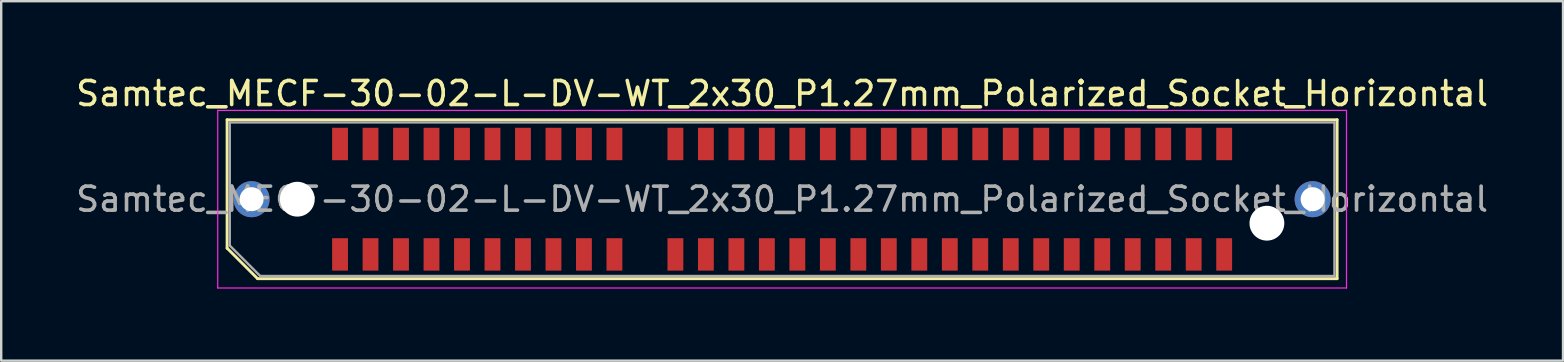
<source format=kicad_pcb>
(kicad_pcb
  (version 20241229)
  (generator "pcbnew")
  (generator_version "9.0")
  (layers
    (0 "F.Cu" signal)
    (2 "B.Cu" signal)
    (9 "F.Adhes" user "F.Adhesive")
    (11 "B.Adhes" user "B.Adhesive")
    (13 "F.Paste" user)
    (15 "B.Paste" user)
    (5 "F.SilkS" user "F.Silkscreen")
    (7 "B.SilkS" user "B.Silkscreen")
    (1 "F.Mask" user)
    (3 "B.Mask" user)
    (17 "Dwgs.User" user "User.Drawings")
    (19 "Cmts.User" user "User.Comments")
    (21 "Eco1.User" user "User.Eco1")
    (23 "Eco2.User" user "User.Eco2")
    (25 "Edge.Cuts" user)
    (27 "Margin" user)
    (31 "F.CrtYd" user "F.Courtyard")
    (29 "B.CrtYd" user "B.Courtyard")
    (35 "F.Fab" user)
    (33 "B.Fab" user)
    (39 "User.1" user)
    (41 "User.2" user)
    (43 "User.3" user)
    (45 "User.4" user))
  (footprint "Samtec_MECF-30-02-L-DV-WT_2x30_P1.27mm_Polarized_Socket_Horizontal"
    (layer "F.Cu")
    (at 29.53 5.248)
    (property "Reference" "Samtec_MECF-30-02-L-DV-WT_2x30_P1.27mm_Polarized_Socket_Horizontal" (at 0 -4.4 0) (layer "F.SilkS") (effects (font (size 1 1) (thickness 0.15))))
    (attr smd)
    (fp_line (start -23.12 -3.31) (end 23.12 -3.31) (stroke (width 0.12) (type solid)) (layer "F.SilkS"))
    (fp_line (start -23.12 2.04) (end -23.12 -3.31) (stroke (width 0.12) (type solid)) (layer "F.SilkS"))
    (fp_line (start -21.85 3.31) (end -23.12 2.04) (stroke (width 0.12) (type solid)) (layer "F.SilkS"))
    (fp_line (start -21.85 3.31) (end 23.12 3.31) (stroke (width 0.12) (type solid)) (layer "F.SilkS"))
    (fp_line (start 23.12 3.31) (end 23.12 -3.31) (stroke (width 0.12) (type solid)) (layer "F.SilkS"))
    (fp_line (start -23.51 -3.7) (end -23.51 3.7) (stroke (width 0.05) (type solid)) (layer "F.CrtYd"))
    (fp_line (start -23.51 3.7) (end 23.51 3.7) (stroke (width 0.05) (type solid)) (layer "F.CrtYd"))
    (fp_line (start 23.51 -3.7) (end -23.51 -3.7) (stroke (width 0.05) (type solid)) (layer "F.CrtYd"))
    (fp_line (start 23.51 3.7) (end 23.51 -3.7) (stroke (width 0.05) (type solid)) (layer "F.CrtYd"))
    (fp_line (start -23.01 -3.2) (end 23.01 -3.2) (stroke (width 0.1) (type solid)) (layer "F.Fab"))
    (fp_line (start -23.01 1.93) (end -23.01 -3.2) (stroke (width 0.1) (type solid)) (layer "F.Fab"))
    (fp_line (start -23.01 1.93) (end -21.74 3.2) (stroke (width 0.1) (type solid)) (layer "F.Fab"))
    (fp_line (start -21.74 3.2) (end 23.01 3.2) (stroke (width 0.1) (type solid)) (layer "F.Fab"))
    (fp_line (start 23.01 3.2) (end 23.01 -3.2) (stroke (width 0.1) (type solid)) (layer "F.Fab"))
    (fp_text user "${REFERENCE}" (at 0 0 0) (layer "F.Fab") (effects (font (size 1 1) (thickness 0.15))))
    (pad "" thru_hole circle (at -22.1 0) (size 1.5 1.5) (drill 1) (layers "*.Cu" "*.Mask"))
    (pad "" np_thru_hole circle (at -20.195 0) (size 1.45 1.45) (drill 1.45) (layers "*.Cu" "*.Mask"))
    (pad "" np_thru_hole circle (at 20.195 1) (size 1.45 1.45) (drill 1.45) (layers "*.Cu" "*.Mask"))
    (pad "" thru_hole circle (at 22.1 0) (size 1.5 1.5) (drill 1) (layers "*.Cu" "*.Mask"))
    (pad "1" smd rect (at -18.415 2.3) (size 0.66 1.35) (layers "F.Cu" "F.Mask" "F.Paste"))
    (pad "2" smd rect (at -18.415 -2.3) (size 0.66 1.35) (layers "F.Cu" "F.Mask" "F.Paste"))
    (pad "3" smd rect (at -17.145 2.3) (size 0.66 1.35) (layers "F.Cu" "F.Mask" "F.Paste"))
    (pad "4" smd rect (at -17.145 -2.3) (size 0.66 1.35) (layers "F.Cu" "F.Mask" "F.Paste"))
    (pad "5" smd rect (at -15.875 2.3) (size 0.66 1.35) (layers "F.Cu" "F.Mask" "F.Paste"))
    (pad "6" smd rect (at -15.875 -2.3) (size 0.66 1.35) (layers "F.Cu" "F.Mask" "F.Paste"))
    (pad "7" smd rect (at -14.605 2.3) (size 0.66 1.35) (layers "F.Cu" "F.Mask" "F.Paste"))
    (pad "8" smd rect (at -14.605 -2.3) (size 0.66 1.35) (layers "F.Cu" "F.Mask" "F.Paste"))
    (pad "9" smd rect (at -13.335 2.3) (size 0.66 1.35) (layers "F.Cu" "F.Mask" "F.Paste"))
    (pad "10" smd rect (at -13.335 -2.3) (size 0.66 1.35) (layers "F.Cu" "F.Mask" "F.Paste"))
    (pad "11" smd rect (at -12.065 2.3) (size 0.66 1.35) (layers "F.Cu" "F.Mask" "F.Paste"))
    (pad "12" smd rect (at -12.065 -2.3) (size 0.66 1.35) (layers "F.Cu" "F.Mask" "F.Paste"))
    (pad "13" smd rect (at -10.795 2.3) (size 0.66 1.35) (layers "F.Cu" "F.Mask" "F.Paste"))
    (pad "14" smd rect (at -10.795 -2.3) (size 0.66 1.35) (layers "F.Cu" "F.Mask" "F.Paste"))
    (pad "15" smd rect (at -9.525 2.3) (size 0.66 1.35) (layers "F.Cu" "F.Mask" "F.Paste"))
    (pad "16" smd rect (at -9.525 -2.3) (size 0.66 1.35) (layers "F.Cu" "F.Mask" "F.Paste"))
    (pad "17" smd rect (at -8.255 2.3) (size 0.66 1.35) (layers "F.Cu" "F.Mask" "F.Paste"))
    (pad "18" smd rect (at -8.255 -2.3) (size 0.66 1.35) (layers "F.Cu" "F.Mask" "F.Paste"))
    (pad "19" smd rect (at -6.985 2.3) (size 0.66 1.35) (layers "F.Cu" "F.Mask" "F.Paste"))
    (pad "20" smd rect (at -6.985 -2.3) (size 0.66 1.35) (layers "F.Cu" "F.Mask" "F.Paste"))
    (pad "23" smd rect (at -4.445 2.3) (size 0.66 1.35) (layers "F.Cu" "F.Mask" "F.Paste"))
    (pad "24" smd rect (at -4.445 -2.3) (size 0.66 1.35) (layers "F.Cu" "F.Mask" "F.Paste"))
    (pad "25" smd rect (at -3.175 2.3) (size 0.66 1.35) (layers "F.Cu" "F.Mask" "F.Paste"))
    (pad "26" smd rect (at -3.175 -2.3) (size 0.66 1.35) (layers "F.Cu" "F.Mask" "F.Paste"))
    (pad "27" smd rect (at -1.905 2.3) (size 0.66 1.35) (layers "F.Cu" "F.Mask" "F.Paste"))
    (pad "28" smd rect (at -1.905 -2.3) (size 0.66 1.35) (layers "F.Cu" "F.Mask" "F.Paste"))
    (pad "29" smd rect (at -0.635 2.3) (size 0.66 1.35) (layers "F.Cu" "F.Mask" "F.Paste"))
    (pad "30" smd rect (at -0.635 -2.3) (size 0.66 1.35) (layers "F.Cu" "F.Mask" "F.Paste"))
    (pad "31" smd rect (at 0.635 2.3) (size 0.66 1.35) (layers "F.Cu" "F.Mask" "F.Paste"))
    (pad "32" smd rect (at 0.635 -2.3) (size 0.66 1.35) (layers "F.Cu" "F.Mask" "F.Paste"))
    (pad "33" smd rect (at 1.905 2.3) (size 0.66 1.35) (layers "F.Cu" "F.Mask" "F.Paste"))
    (pad "34" smd rect (at 1.905 -2.3) (size 0.66 1.35) (layers "F.Cu" "F.Mask" "F.Paste"))
    (pad "35" smd rect (at 3.175 2.3) (size 0.66 1.35) (layers "F.Cu" "F.Mask" "F.Paste"))
    (pad "36" smd rect (at 3.175 -2.3) (size 0.66 1.35) (layers "F.Cu" "F.Mask" "F.Paste"))
    (pad "37" smd rect (at 4.445 2.3) (size 0.66 1.35) (layers "F.Cu" "F.Mask" "F.Paste"))
    (pad "38" smd rect (at 4.445 -2.3) (size 0.66 1.35) (layers "F.Cu" "F.Mask" "F.Paste"))
    (pad "39" smd rect (at 5.715 2.3) (size 0.66 1.35) (layers "F.Cu" "F.Mask" "F.Paste"))
    (pad "40" smd rect (at 5.715 -2.3) (size 0.66 1.35) (layers "F.Cu" "F.Mask" "F.Paste"))
    (pad "41" smd rect (at 6.985 2.3) (size 0.66 1.35) (layers "F.Cu" "F.Mask" "F.Paste"))
    (pad "42" smd rect (at 6.985 -2.3) (size 0.66 1.35) (layers "F.Cu" "F.Mask" "F.Paste"))
    (pad "43" smd rect (at 8.255 2.3) (size 0.66 1.35) (layers "F.Cu" "F.Mask" "F.Paste"))
    (pad "44" smd rect (at 8.255 -2.3) (size 0.66 1.35) (layers "F.Cu" "F.Mask" "F.Paste"))
    (pad "45" smd rect (at 9.525 2.3) (size 0.66 1.35) (layers "F.Cu" "F.Mask" "F.Paste"))
    (pad "46" smd rect (at 9.525 -2.3) (size 0.66 1.35) (layers "F.Cu" "F.Mask" "F.Paste"))
    (pad "47" smd rect (at 10.795 2.3) (size 0.66 1.35) (layers "F.Cu" "F.Mask" "F.Paste"))
    (pad "48" smd rect (at 10.795 -2.3) (size 0.66 1.35) (layers "F.Cu" "F.Mask" "F.Paste"))
    (pad "49" smd rect (at 12.065 2.3) (size 0.66 1.35) (layers "F.Cu" "F.Mask" "F.Paste"))
    (pad "50" smd rect (at 12.065 -2.3) (size 0.66 1.35) (layers "F.Cu" "F.Mask" "F.Paste"))
    (pad "51" smd rect (at 13.335 2.3) (size 0.66 1.35) (layers "F.Cu" "F.Mask" "F.Paste"))
    (pad "52" smd rect (at 13.335 -2.3) (size 0.66 1.35) (layers "F.Cu" "F.Mask" "F.Paste"))
    (pad "53" smd rect (at 14.605 2.3) (size 0.66 1.35) (layers "F.Cu" "F.Mask" "F.Paste"))
    (pad "54" smd rect (at 14.605 -2.3) (size 0.66 1.35) (layers "F.Cu" "F.Mask" "F.Paste"))
    (pad "55" smd rect (at 15.875 2.3) (size 0.66 1.35) (layers "F.Cu" "F.Mask" "F.Paste"))
    (pad "56" smd rect (at 15.875 -2.3) (size 0.66 1.35) (layers "F.Cu" "F.Mask" "F.Paste"))
    (pad "57" smd rect (at 17.145 2.3) (size 0.66 1.35) (layers "F.Cu" "F.Mask" "F.Paste"))
    (pad "58" smd rect (at 17.145 -2.3) (size 0.66 1.35) (layers "F.Cu" "F.Mask" "F.Paste"))
    (pad "59" smd rect (at 18.415 2.3) (size 0.66 1.35) (layers "F.Cu" "F.Mask" "F.Paste"))
    (pad "60" smd rect (at 18.415 -2.3) (size 0.66 1.35) (layers "F.Cu" "F.Mask" "F.Paste")))
  (gr_rect
    (start -3 -3)
    (end 62.06 11.973)
    (stroke (width 0.1) (type default))
    (fill no)
    (layer "Edge.Cuts")))
</source>
